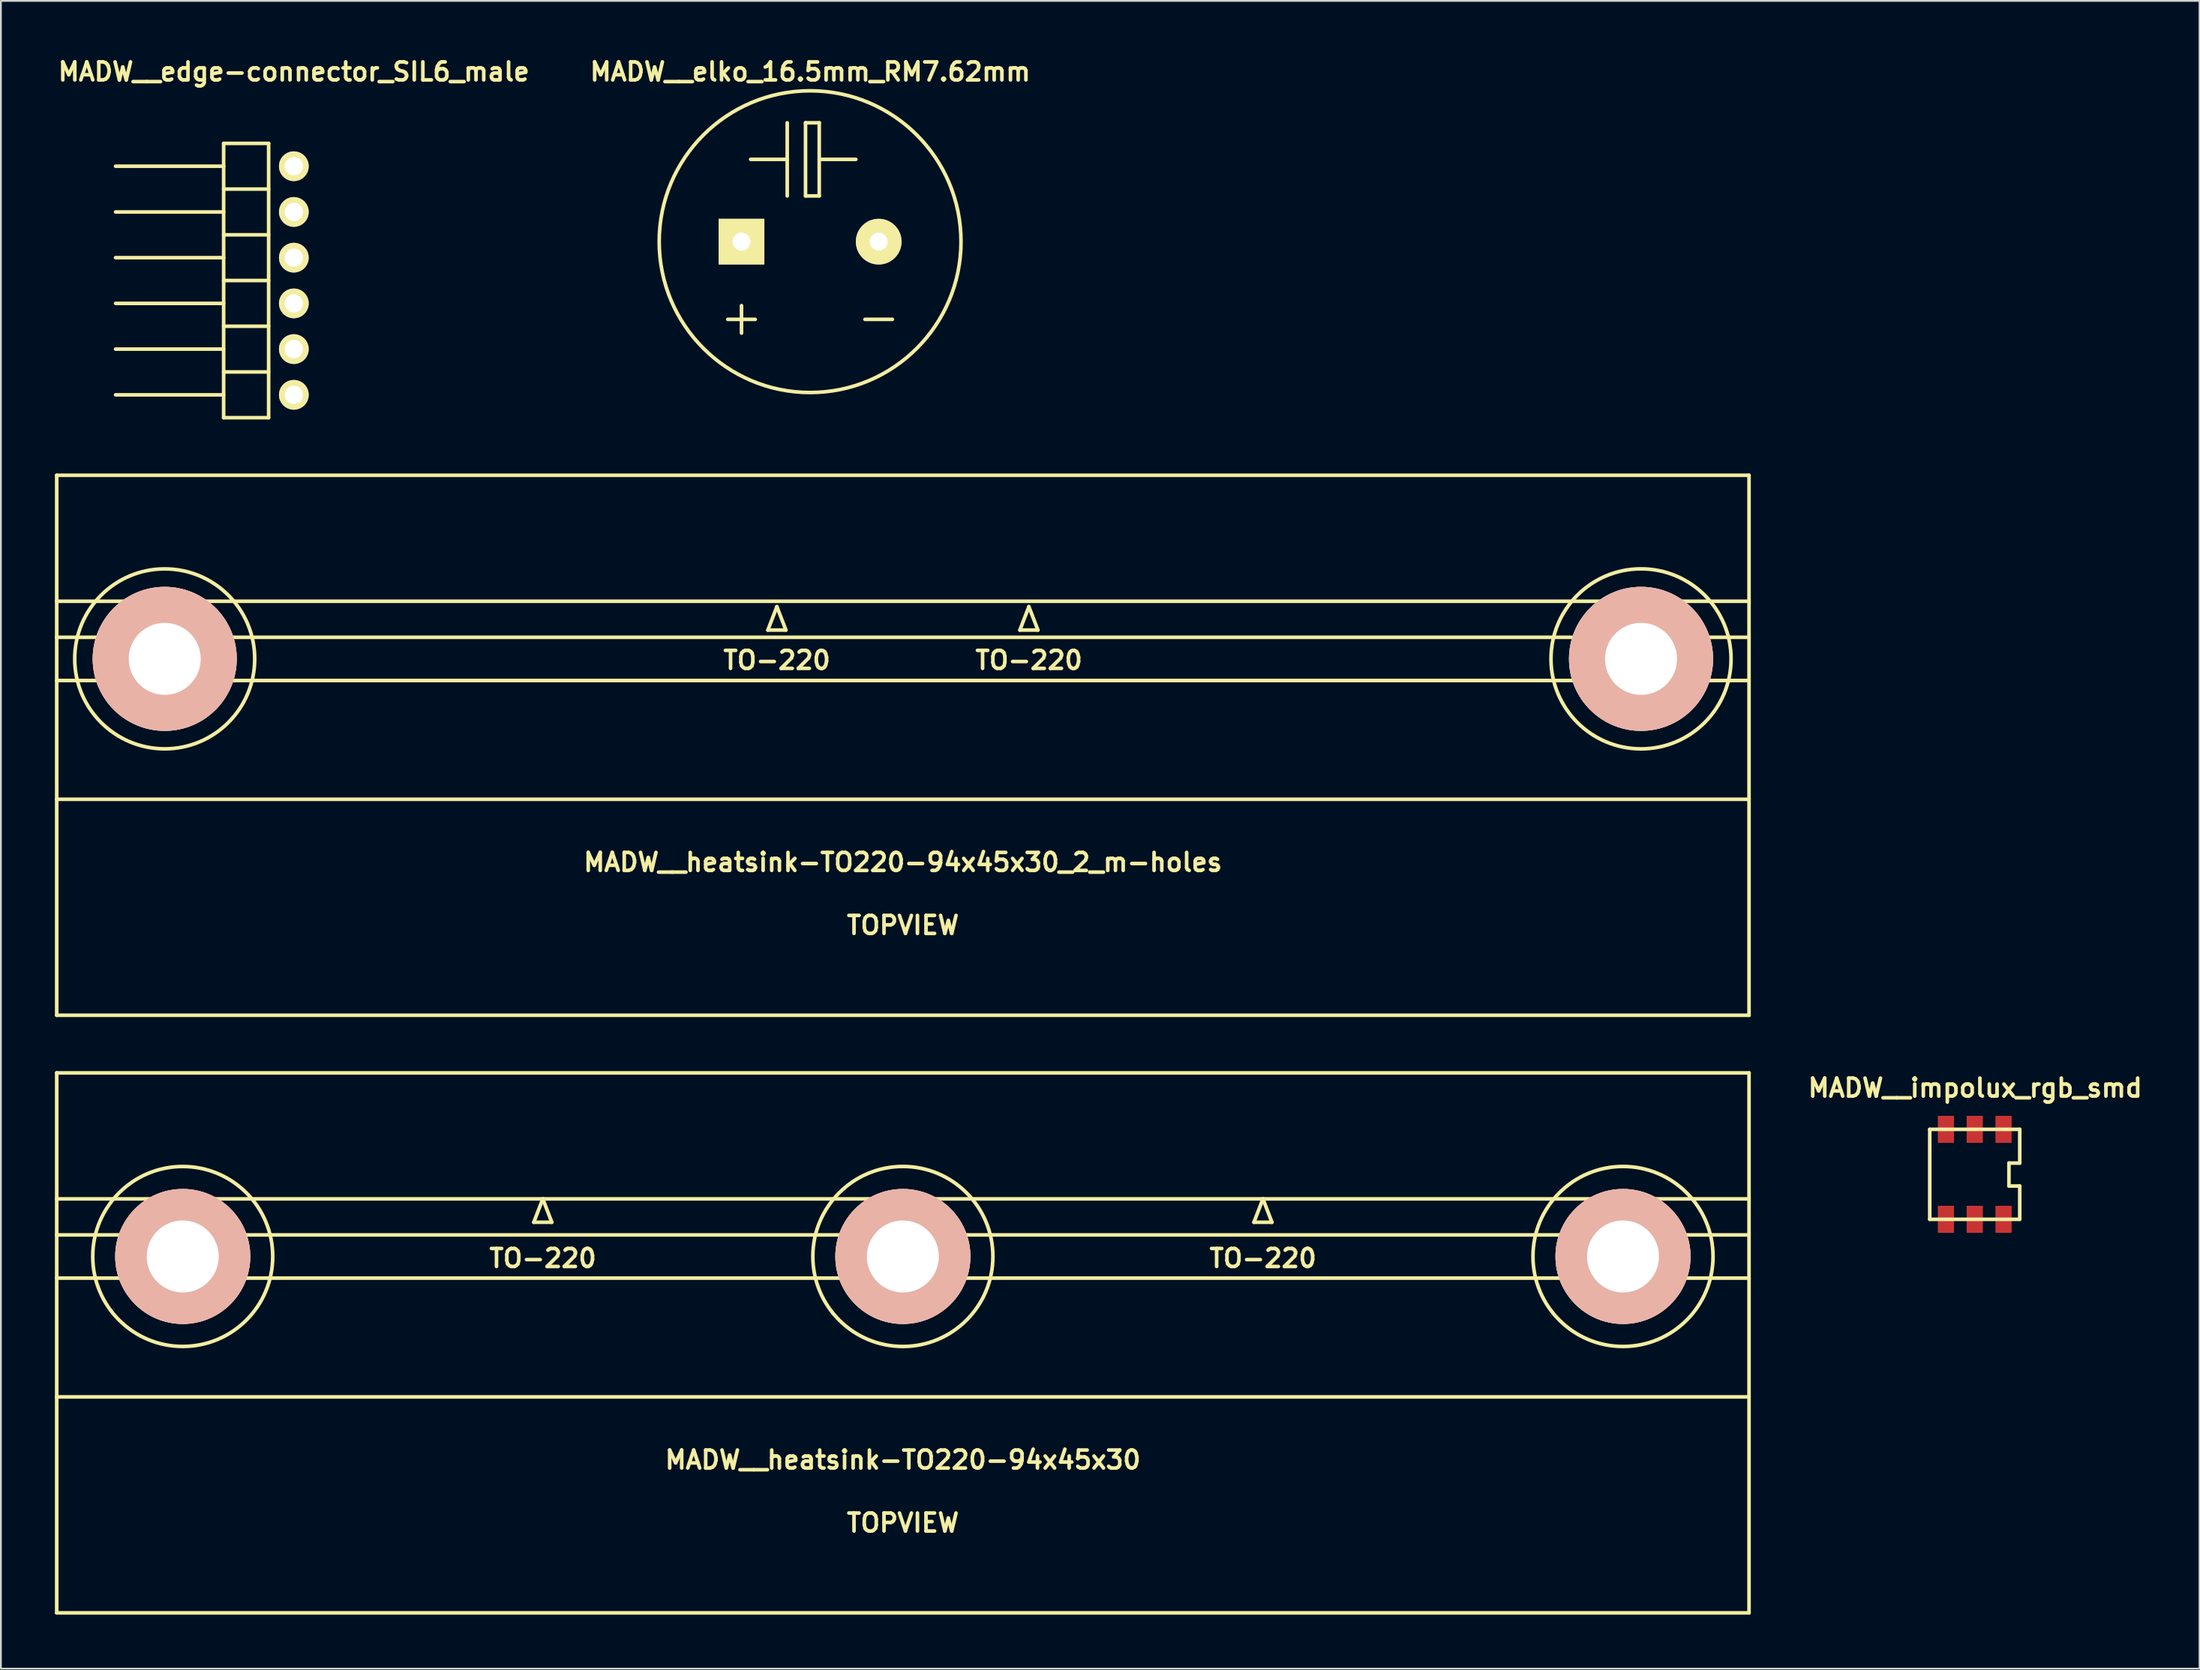
<source format=kicad_pcb>
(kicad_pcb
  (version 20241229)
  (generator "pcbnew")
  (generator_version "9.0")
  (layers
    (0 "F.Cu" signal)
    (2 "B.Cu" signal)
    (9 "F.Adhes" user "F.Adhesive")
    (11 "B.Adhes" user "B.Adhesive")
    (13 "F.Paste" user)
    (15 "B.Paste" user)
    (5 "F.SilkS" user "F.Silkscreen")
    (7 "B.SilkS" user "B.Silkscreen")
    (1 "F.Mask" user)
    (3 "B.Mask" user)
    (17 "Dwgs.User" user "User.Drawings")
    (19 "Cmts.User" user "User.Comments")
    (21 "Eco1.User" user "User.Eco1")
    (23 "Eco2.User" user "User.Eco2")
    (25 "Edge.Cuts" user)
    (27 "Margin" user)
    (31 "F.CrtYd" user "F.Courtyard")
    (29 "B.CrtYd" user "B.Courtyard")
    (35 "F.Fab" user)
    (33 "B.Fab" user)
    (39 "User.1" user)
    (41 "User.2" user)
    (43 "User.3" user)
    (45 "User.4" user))
  (footprint "MADW__impolux_rgb_smd"
    (layer "F.Cu")
    (at 106.637 62.195)
    (property "Reference" "MADW__impolux_rgb_smd" (at 0.025 -4.8 0) (layer "F.SilkS") (effects (font (size 1 1) (thickness 0.2))))
    (attr through_hole)
    (fp_line (start -2.499 -2.499) (end 2.499 -2.499) (stroke (width 0.2) (type solid)) (layer "F.SilkS"))
    (fp_line (start -2.499 2.499) (end -2.499 -2.499) (stroke (width 0.2) (type solid)) (layer "F.SilkS"))
    (fp_line (start 1.9 -0.625) (end 1.9 0.65) (stroke (width 0.2) (type solid)) (layer "F.SilkS"))
    (fp_line (start 2.499 2.499) (end -2.499 2.499) (stroke (width 0.2) (type solid)) (layer "F.SilkS"))
    (fp_line (start 2.5 -2.5) (end 2.5 -0.625) (stroke (width 0.2) (type solid)) (layer "F.SilkS"))
    (fp_line (start 2.5 -0.625) (end 1.9 -0.625) (stroke (width 0.2) (type solid)) (layer "F.SilkS"))
    (fp_line (start 2.5 0.65) (end 1.9 0.65) (stroke (width 0.2) (type solid)) (layer "F.SilkS"))
    (fp_line (start 2.5 2.5) (end 2.5 0.65) (stroke (width 0.2) (type solid)) (layer "F.SilkS"))
    (pad "1" smd rect (at 1.6 -2.499) (size 0.899 1.501) (layers "F.Cu" "F.Mask" "F.Paste"))
    (pad "2" smd rect (at 0 -2.499) (size 0.899 1.501) (layers "F.Cu" "F.Mask" "F.Paste"))
    (pad "3" smd rect (at -1.6 -2.499) (size 0.899 1.501) (layers "F.Cu" "F.Mask" "F.Paste"))
    (pad "4" smd rect (at -1.6 2.499) (size 0.899 1.501) (layers "F.Cu" "F.Mask" "F.Paste"))
    (pad "5" smd rect (at 0 2.499) (size 0.899 1.501) (layers "F.Cu" "F.Mask" "F.Paste"))
    (pad "6" smd rect (at 1.6 2.499) (size 0.899 1.501) (layers "F.Cu" "F.Mask" "F.Paste")))
  (footprint "MADW__heatsink-TO220-94x45x30_2_m-holes"
    (layer "F.Cu")
    (at 47.1 38.357)
    (property "Reference" "MADW__heatsink-TO220-94x45x30_2_m-holes" (at 0 6.5 0) (layer "F.SilkS") (effects (font (size 1 1) (thickness 0.2))))
    (attr through_hole)
    (fp_line (start -47 -15.001) (end 47 -15.001) (stroke (width 0.2) (type solid)) (layer "F.SilkS"))
    (fp_line (start -47 -8.001) (end 47 -8.001) (stroke (width 0.2) (type solid)) (layer "F.SilkS"))
    (fp_line (start -47 -5.999) (end 47 -5.999) (stroke (width 0.2) (type solid)) (layer "F.SilkS"))
    (fp_line (start -47 3) (end 47 3) (stroke (width 0.2) (type solid)) (layer "F.SilkS"))
    (fp_line (start -47 15.001) (end -47 -15.001) (stroke (width 0.2) (type solid)) (layer "F.SilkS"))
    (fp_line (start -7.498 -6.401) (end -6.497 -6.401) (stroke (width 0.2) (type solid)) (layer "F.SilkS"))
    (fp_line (start -6.998 -7.701) (end -7.498 -6.401) (stroke (width 0.2) (type solid)) (layer "F.SilkS"))
    (fp_line (start -6.497 -6.401) (end -6.998 -7.701) (stroke (width 0.2) (type solid)) (layer "F.SilkS"))
    (fp_line (start 6.5 -6.401) (end 7.501 -6.401) (stroke (width 0.2) (type solid)) (layer "F.SilkS"))
    (fp_line (start 7 -7.701) (end 6.5 -6.401) (stroke (width 0.2) (type solid)) (layer "F.SilkS"))
    (fp_line (start 7.501 -6.401) (end 7 -7.701) (stroke (width 0.2) (type solid)) (layer "F.SilkS"))
    (fp_line (start 47 -15.001) (end 47 15.001) (stroke (width 0.2) (type solid)) (layer "F.SilkS"))
    (fp_line (start 47 -3.599) (end -47 -3.599) (stroke (width 0.2) (type solid)) (layer "F.SilkS"))
    (fp_line (start 47 15.001) (end -47 15.001) (stroke (width 0.2) (type solid)) (layer "F.SilkS"))
    (fp_circle (center -41.001 -4.801) (end -36.002 -4.801) (stroke (width 0.2) (type solid)) (fill no) (layer "F.SilkS"))
    (fp_circle (center 41.001 -4.801) (end 46.002 -4.801) (stroke (width 0.2) (type solid)) (fill no) (layer "F.SilkS"))
    (fp_text user "TO-220" (at 7 -4.725 0) (layer "F.SilkS") (effects (font (size 1 1) (thickness 0.2))))
    (fp_text user "TO-220" (at -7 -4.725 0) (layer "F.SilkS") (effects (font (size 1 1) (thickness 0.2))))
    (fp_text user "TOPVIEW" (at 0 10 0) (layer "F.SilkS") (effects (font (size 1 1) (thickness 0.2))))
    (pad "1" thru_hole circle (at -41.001 -4.801) (size 8.001 8.001) (drill 4) (layers "*.Cu" "*.SilkS" "*.Mask"))
    (pad "2" thru_hole circle (at 41.001 -4.801) (size 8.001 8.001) (drill 4) (layers "*.Cu" "*.SilkS" "*.Mask")))
  (footprint "MADW__edge-connector_SIL6_male"
    (layer "F.Cu")
    (at 13.271 12.536)
    (property "Reference" "MADW__edge-connector_SIL6_male" (at 0 -11.6 0) (layer "F.SilkS") (effects (font (size 1 1) (thickness 0.2))))
    (attr through_hole)
    (fp_line (start -9.901 -1.27) (end -3.899 -1.27) (stroke (width 0.2) (type solid)) (layer "F.SilkS"))
    (fp_line (start -3.899 -6.35) (end -9.901 -6.35) (stroke (width 0.2) (type solid)) (layer "F.SilkS"))
    (fp_line (start -3.899 -3.81) (end -9.901 -3.81) (stroke (width 0.2) (type solid)) (layer "F.SilkS"))
    (fp_line (start -3.899 1.27) (end -9.901 1.27) (stroke (width 0.2) (type solid)) (layer "F.SilkS"))
    (fp_line (start -3.899 3.81) (end -9.901 3.81) (stroke (width 0.2) (type solid)) (layer "F.SilkS"))
    (fp_line (start -3.899 6.35) (end -9.901 6.35) (stroke (width 0.2) (type solid)) (layer "F.SilkS"))
    (fp_line (start -3.899 7.62) (end -3.899 -7.62) (stroke (width 0.2) (type solid)) (layer "F.SilkS"))
    (fp_line (start -1.4 -7.62) (end -3.899 -7.62) (stroke (width 0.2) (type solid)) (layer "F.SilkS"))
    (fp_line (start -1.4 -7.62) (end -1.4 7.62) (stroke (width 0.2) (type solid)) (layer "F.SilkS"))
    (fp_line (start -1.4 -5.08) (end -3.899 -5.08) (stroke (width 0.2) (type solid)) (layer "F.SilkS"))
    (fp_line (start -1.4 -2.54) (end -3.899 -2.54) (stroke (width 0.2) (type solid)) (layer "F.SilkS"))
    (fp_line (start -1.4 0) (end -3.899 0) (stroke (width 0.2) (type solid)) (layer "F.SilkS"))
    (fp_line (start -1.4 2.54) (end -3.899 2.54) (stroke (width 0.2) (type solid)) (layer "F.SilkS"))
    (fp_line (start -1.4 5.08) (end -3.899 5.08) (stroke (width 0.2) (type solid)) (layer "F.SilkS"))
    (fp_line (start -1.4 7.62) (end -3.899 7.62) (stroke (width 0.2) (type solid)) (layer "F.SilkS"))
    (pad "1" thru_hole circle (at 0 -6.35) (size 1.651 1.651) (drill 1.016) (layers "*.Cu" "*.Mask" "F.SilkS"))
    (pad "2" thru_hole circle (at 0 -3.81) (size 1.651 1.651) (drill 1.016) (layers "*.Cu" "*.Mask" "F.SilkS"))
    (pad "3" thru_hole circle (at 0 -1.27) (size 1.651 1.651) (drill 1.016) (layers "*.Cu" "*.Mask" "F.SilkS"))
    (pad "4" thru_hole circle (at 0 1.27) (size 1.651 1.651) (drill 1.016) (layers "*.Cu" "*.Mask" "F.SilkS"))
    (pad "5" thru_hole circle (at 0 3.81) (size 1.651 1.651) (drill 1.016) (layers "*.Cu" "*.Mask" "F.SilkS"))
    (pad "6" thru_hole circle (at 0 6.35) (size 1.651 1.651) (drill 1.016) (layers "*.Cu" "*.Mask" "F.SilkS")))
  (footprint "MADW__heatsink-TO220-94x45x30"
    (layer "F.Cu")
    (at 47.1 71.56)
    (property "Reference" "MADW__heatsink-TO220-94x45x30" (at 0 6.5 0) (layer "F.SilkS") (effects (font (size 1 1) (thickness 0.2))))
    (attr through_hole)
    (fp_line (start -47 -15.001) (end 47 -15.001) (stroke (width 0.2) (type solid)) (layer "F.SilkS"))
    (fp_line (start -47 -8.001) (end 47 -8.001) (stroke (width 0.2) (type solid)) (layer "F.SilkS"))
    (fp_line (start -47 -5.999) (end 47 -5.999) (stroke (width 0.2) (type solid)) (layer "F.SilkS"))
    (fp_line (start -47 3) (end 47 3) (stroke (width 0.2) (type solid)) (layer "F.SilkS"))
    (fp_line (start -47 15.001) (end -47 -15.001) (stroke (width 0.2) (type solid)) (layer "F.SilkS"))
    (fp_line (start -20.5 -6.701) (end -19.5 -6.701) (stroke (width 0.2) (type solid)) (layer "F.SilkS"))
    (fp_line (start -20 -8.001) (end -20.5 -6.701) (stroke (width 0.2) (type solid)) (layer "F.SilkS"))
    (fp_line (start -19.5 -6.701) (end -20 -8.001) (stroke (width 0.2) (type solid)) (layer "F.SilkS"))
    (fp_line (start 19.5 -6.701) (end 20.5 -6.701) (stroke (width 0.2) (type solid)) (layer "F.SilkS"))
    (fp_line (start 20 -8.001) (end 19.5 -6.701) (stroke (width 0.2) (type solid)) (layer "F.SilkS"))
    (fp_line (start 20.5 -6.701) (end 20 -8.001) (stroke (width 0.2) (type solid)) (layer "F.SilkS"))
    (fp_line (start 47 -15.001) (end 47 15.001) (stroke (width 0.2) (type solid)) (layer "F.SilkS"))
    (fp_line (start 47 -3.599) (end -47 -3.599) (stroke (width 0.2) (type solid)) (layer "F.SilkS"))
    (fp_line (start 47 15.001) (end -47 15.001) (stroke (width 0.2) (type solid)) (layer "F.SilkS"))
    (fp_circle (center -40 -4.801) (end -35.001 -4.801) (stroke (width 0.2) (type solid)) (fill no) (layer "F.SilkS"))
    (fp_circle (center 0 -4.801) (end 5.001 -4.801) (stroke (width 0.2) (type solid)) (fill no) (layer "F.SilkS"))
    (fp_circle (center 40 -4.801) (end 45.001 -4.801) (stroke (width 0.2) (type solid)) (fill no) (layer "F.SilkS"))
    (fp_text user "TOPVIEW" (at 0 10 0) (layer "F.SilkS") (effects (font (size 1 1) (thickness 0.2))))
    (fp_text user "TO-220" (at 20 -4.699 0) (layer "F.SilkS") (effects (font (size 1 1) (thickness 0.2))))
    (fp_text user "TO-220" (at -20 -4.699 0) (layer "F.SilkS") (effects (font (size 1 1) (thickness 0.2))))
    (pad "1" thru_hole circle (at -40 -4.801) (size 7.501 7.501) (drill 4) (layers "*.Cu" "*.SilkS" "*.Mask"))
    (pad "2" thru_hole circle (at 0 -4.801) (size 7.501 7.501) (drill 4) (layers "*.Cu" "*.SilkS" "*.Mask"))
    (pad "3" thru_hole circle (at 40 -4.801) (size 7.501 7.501) (drill 4) (layers "*.Cu" "*.SilkS" "*.Mask")))
  (footprint "MADW__elko_16.5mm_RM7.62mm"
    (layer "F.Cu")
    (at 41.947 10.376)
    (property "Reference" "MADW__elko_16.5mm_RM7.62mm" (at 0.01 -9.44 0) (layer "F.SilkS") (effects (font (size 1 1) (thickness 0.2))))
    (attr through_hole)
    (fp_line (start -4.572 4.318) (end -3.048 4.318) (stroke (width 0.2) (type solid)) (layer "F.SilkS"))
    (fp_line (start -3.81 3.556) (end -3.81 5.08) (stroke (width 0.2) (type solid)) (layer "F.SilkS"))
    (fp_line (start -1.27 -6.604) (end -1.27 -2.54) (stroke (width 0.2) (type solid)) (layer "F.SilkS"))
    (fp_line (start -1.27 -4.572) (end -3.302 -4.572) (stroke (width 0.2) (type solid)) (layer "F.SilkS"))
    (fp_line (start -0.254 -6.604) (end -0.254 -2.54) (stroke (width 0.2) (type solid)) (layer "F.SilkS"))
    (fp_line (start -0.254 -6.604) (end 0.508 -6.604) (stroke (width 0.2) (type solid)) (layer "F.SilkS"))
    (fp_line (start 0.508 -6.604) (end 0.508 -2.54) (stroke (width 0.2) (type solid)) (layer "F.SilkS"))
    (fp_line (start 0.508 -4.572) (end 2.54 -4.572) (stroke (width 0.2) (type solid)) (layer "F.SilkS"))
    (fp_line (start 0.508 -2.54) (end -0.254 -2.54) (stroke (width 0.2) (type solid)) (layer "F.SilkS"))
    (fp_line (start 3.048 4.318) (end 4.572 4.318) (stroke (width 0.2) (type solid)) (layer "F.SilkS"))
    (fp_circle (center 0 0) (end 8.382 0) (stroke (width 0.2) (type solid)) (fill no) (layer "F.SilkS"))
    (pad "1" thru_hole rect (at -3.81 0) (size 2.54 2.54) (drill 1.001) (layers "*.Cu" "*.Mask" "F.SilkS"))
    (pad "2" thru_hole circle (at 3.81 0) (size 2.54 2.54) (drill 1.001) (layers "*.Cu" "*.Mask" "F.SilkS")))
  (gr_rect
    (start -3 -3)
    (end 119.124 89.661)
    (stroke (width 0.1) (type default))
    (fill no)
    (layer "Edge.Cuts")))
</source>
